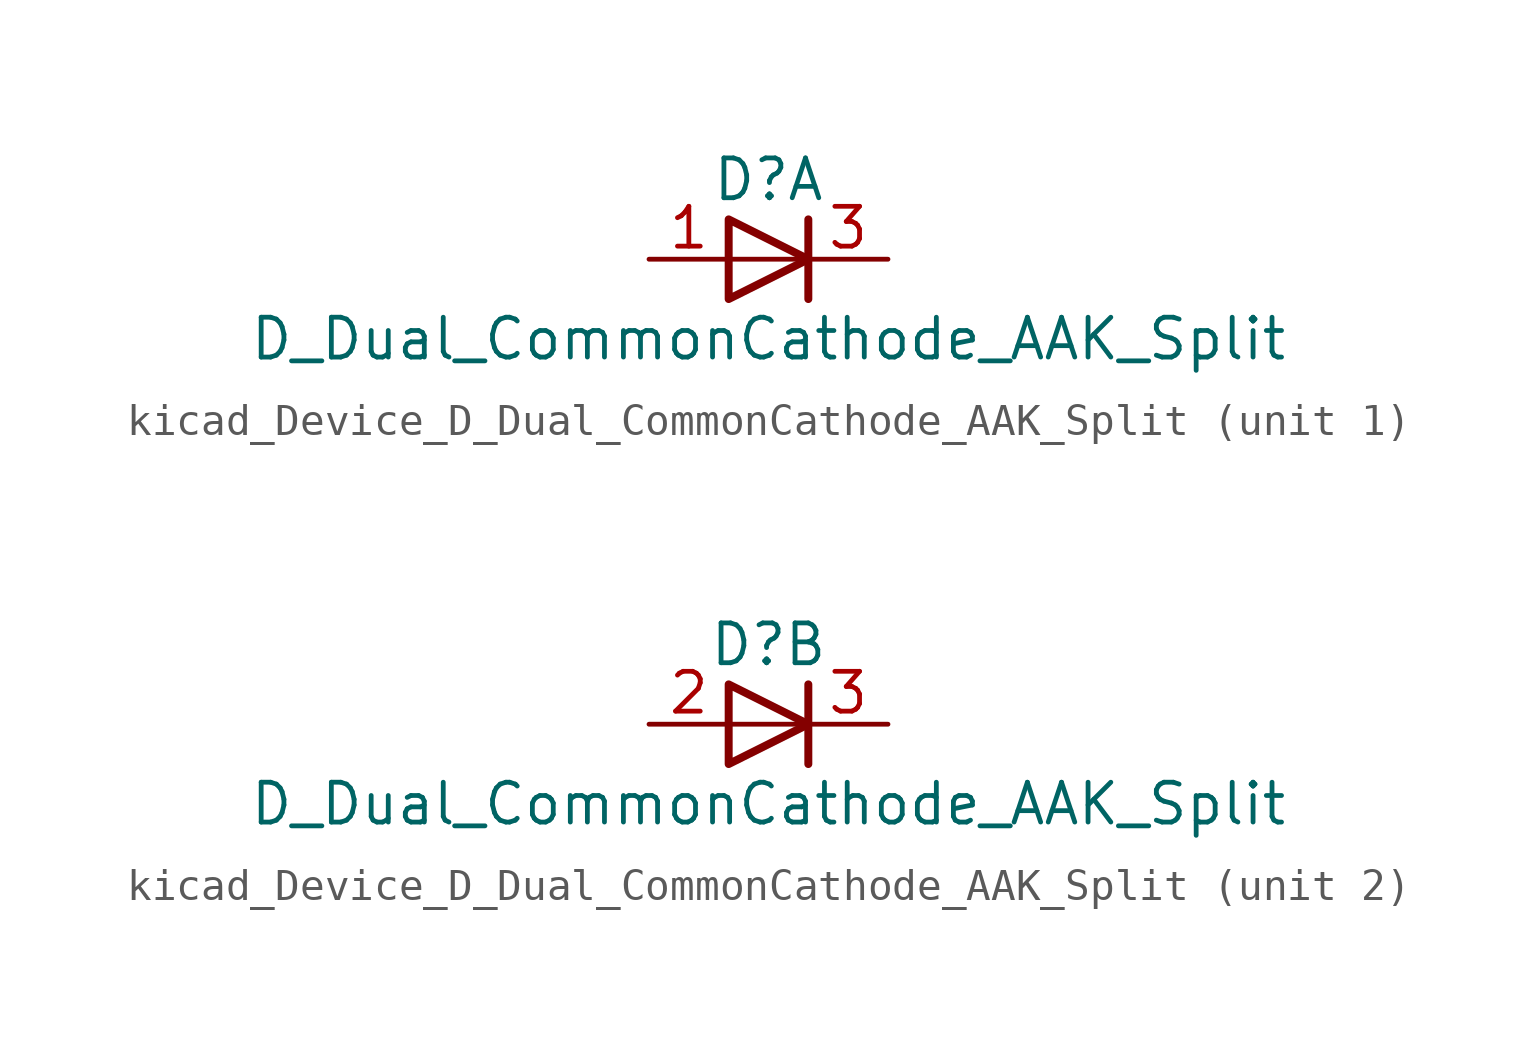
<source format=kicad_sym>
(kicad_symbol_lib
  (version 20220914)
  (generator kicad_symbol_editor)
  (symbol "kicad_Device_D_Dual_CommonCathode_AAK_Split"
    (pin_names
      (offset 0.762) hide)
    (property "Reference" "D"
      (at 0 2.54 0)
      (effects (font (size 1.27 1.27))))
    (property "Value" "D_Dual_CommonCathode_AAK_Split"
      (at 0 -2.54 0)
      (effects (font (size 1.27 1.27))))
    (property "ki_locked" ""
      (at 0 0 0)
      (effects (font (size 1.27 1.27))))
    (symbol "kicad_Device_D_Dual_CommonCathode_AAK_Split_0_0"
      (polyline (pts (xy 1.27 0) (xy -1.27 0)) (stroke (width 0) (type default)) (fill (type none)))
      (polyline (pts (xy 1.27 1.27) (xy 1.27 -1.27)) (stroke (width 0.254) (type default)) (fill (type none))))
    (symbol "kicad_Device_D_Dual_CommonCathode_AAK_Split_0_1"
      (polyline (pts (xy -1.27 1.27) (xy 1.27 0) (xy -1.27 -1.27) (xy -1.27 1.27) (xy -1.27 1.27) (xy -1.27 1.27)) (stroke (width 0.254) (type default)) (fill (type none)))
      (pin passive line (at 3.81 0 180) (length 2.54) (name "K" (effects (font (size 1.27 1.27)))) (number "3" (effects (font (size 1.27 1.27))))))
    (symbol "kicad_Device_D_Dual_CommonCathode_AAK_Split_1_1"
      (pin passive line (at -3.81 0 0) (length 2.54) (name "A" (effects (font (size 1.27 1.27)))) (number "1" (effects (font (size 1.27 1.27))))))
    (symbol "kicad_Device_D_Dual_CommonCathode_AAK_Split_2_1"
      (pin passive line (at -3.81 0 0) (length 2.54) (name "K" (effects (font (size 1.27 1.27)))) (number "2" (effects (font (size 1.27 1.27))))))))
</source>
